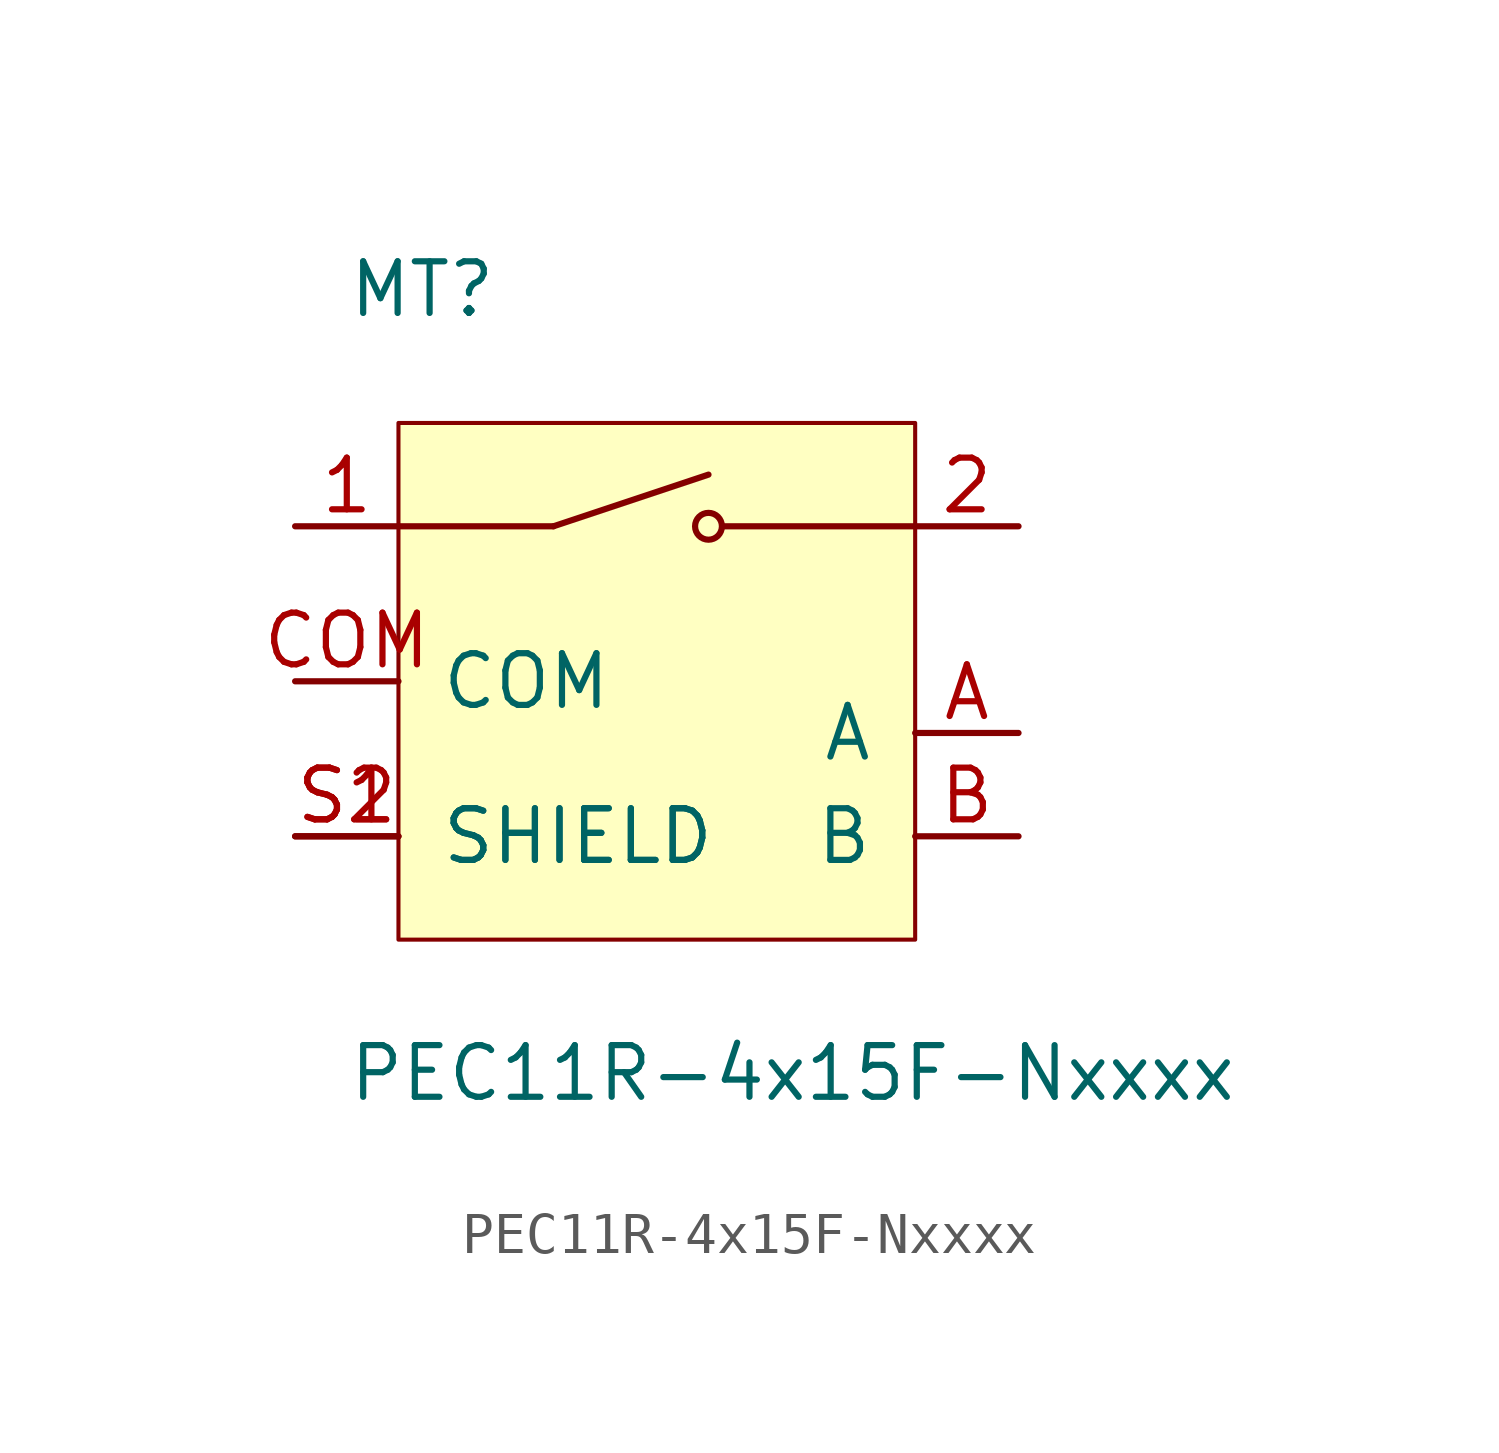
<source format=kicad_sym>
(kicad_symbol_lib
  (version 20220914)
  (generator kicad_symbol_editor)
  (symbol "PEC11R-4x15F-Nxxxx"
    (pin_names
      (offset 1.016))
    (property "Reference" "MT"
      (at -7.62 8.89 0)
      (effects (font (size 1.27 1.27)) (justify left bottom)))
    (property "Value" "PEC11R-4x15F-Nxxxx"
      (at -7.62 -8.89 0)
      (effects (font (size 1.27 1.27)) (justify left top)))
    (symbol "PEC11R-4x15F-Nxxxx_0_0"
      (polyline (pts (xy -2.54 3.81) (xy -6.35 3.81)) (stroke (width 0.152) (type default)) (fill (type none)))
      (polyline (pts (xy -2.54 3.81) (xy 1.27 5.08)) (stroke (width 0.152) (type default)) (fill (type none)))
      (polyline (pts (xy 6.35 3.81) (xy 1.651 3.81)) (stroke (width 0.152) (type default)) (fill (type none)))
      (circle (center 1.27 3.81) (radius 0.33) (stroke (width 0.152) (type default)) (fill (type none))))
    (symbol "PEC11R-4x15F-Nxxxx_1_0"
      (rectangle (start -6.35 6.35) (end 6.35 -6.35) (stroke (width 0.1) (type default)) (fill (type background)))
      (pin passive line (at -8.89 3.81 0) (length 2.54) (name "~" (effects (font (size 1.27 1.27)))) (number "1" (effects (font (size 1.27 1.27)))))
      (pin passive line (at 8.89 3.81 180) (length 2.54) (name "~" (effects (font (size 1.27 1.27)))) (number "2" (effects (font (size 1.27 1.27)))))
      (pin passive line (at 8.89 -1.27 180) (length 2.54) (name "A" (effects (font (size 1.27 1.27)))) (number "A" (effects (font (size 1.27 1.27)))))
      (pin passive line (at 8.89 -3.81 180) (length 2.54) (name "B" (effects (font (size 1.27 1.27)))) (number "B" (effects (font (size 1.27 1.27)))))
      (pin passive line (at -8.89 0 0) (length 2.54) (name "COM" (effects (font (size 1.27 1.27)))) (number "COM" (effects (font (size 1.27 1.27)))))
      (pin passive line (at -8.89 -3.81 0) (length 2.54) (name "SHIELD" (effects (font (size 1.27 1.27)))) (number "S1" (effects (font (size 1.27 1.27)))))
      (pin passive line (at -8.89 -3.81 0) (length 2.54) (name "SHIELD" (effects (font (size 1.27 1.27)))) (number "S2" (effects (font (size 1.27 1.27))))))))
</source>
